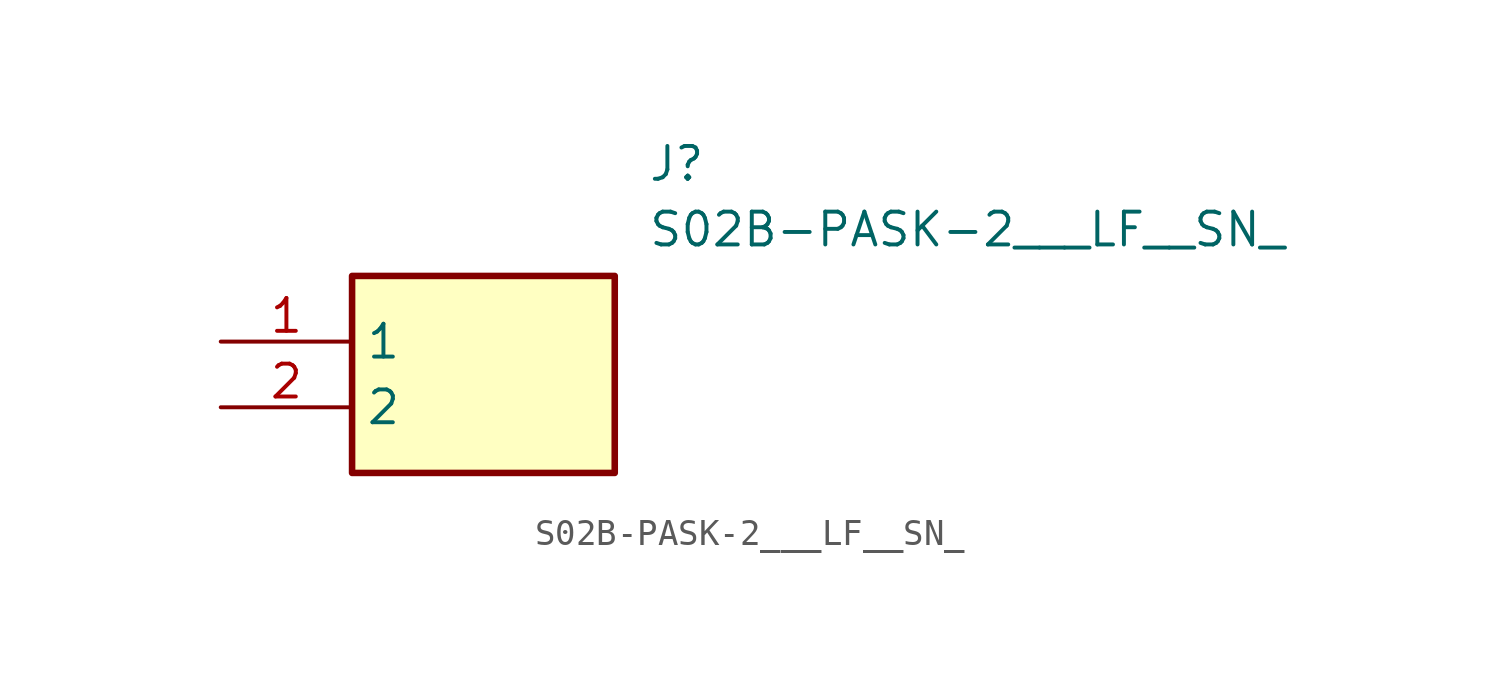
<source format=kicad_sym>
(kicad_symbol_lib
  (version 20211014)
  (generator SamacSys_ECAD_Model)
  (symbol "S02B-PASK-2___LF__SN_"
    (property "Reference" "J"
      (at 16.51 7.62 0)
      (effects (font (size 1.27 1.27)) (justify left top)))
    (property "Value" "S02B-PASK-2___LF__SN_"
      (at 16.51 5.08 0)
      (effects (font (size 1.27 1.27)) (justify left top)))
    (rectangle
      (start 5.08 2.54)
      (end 15.24 -5.08)
      (stroke (width 0.254) (type default))
      (fill (type background)))
    (pin passive line
      (at 0 0 0)
      (length 5.08)
      (name "1" (effects (font (size 1.27 1.27))))
      (number "1" (effects (font (size 1.27 1.27)))))
    (pin passive line
      (at 0 -2.54 0)
      (length 5.08)
      (name "2" (effects (font (size 1.27 1.27))))
      (number "2" (effects (font (size 1.27 1.27)))))))
</source>
